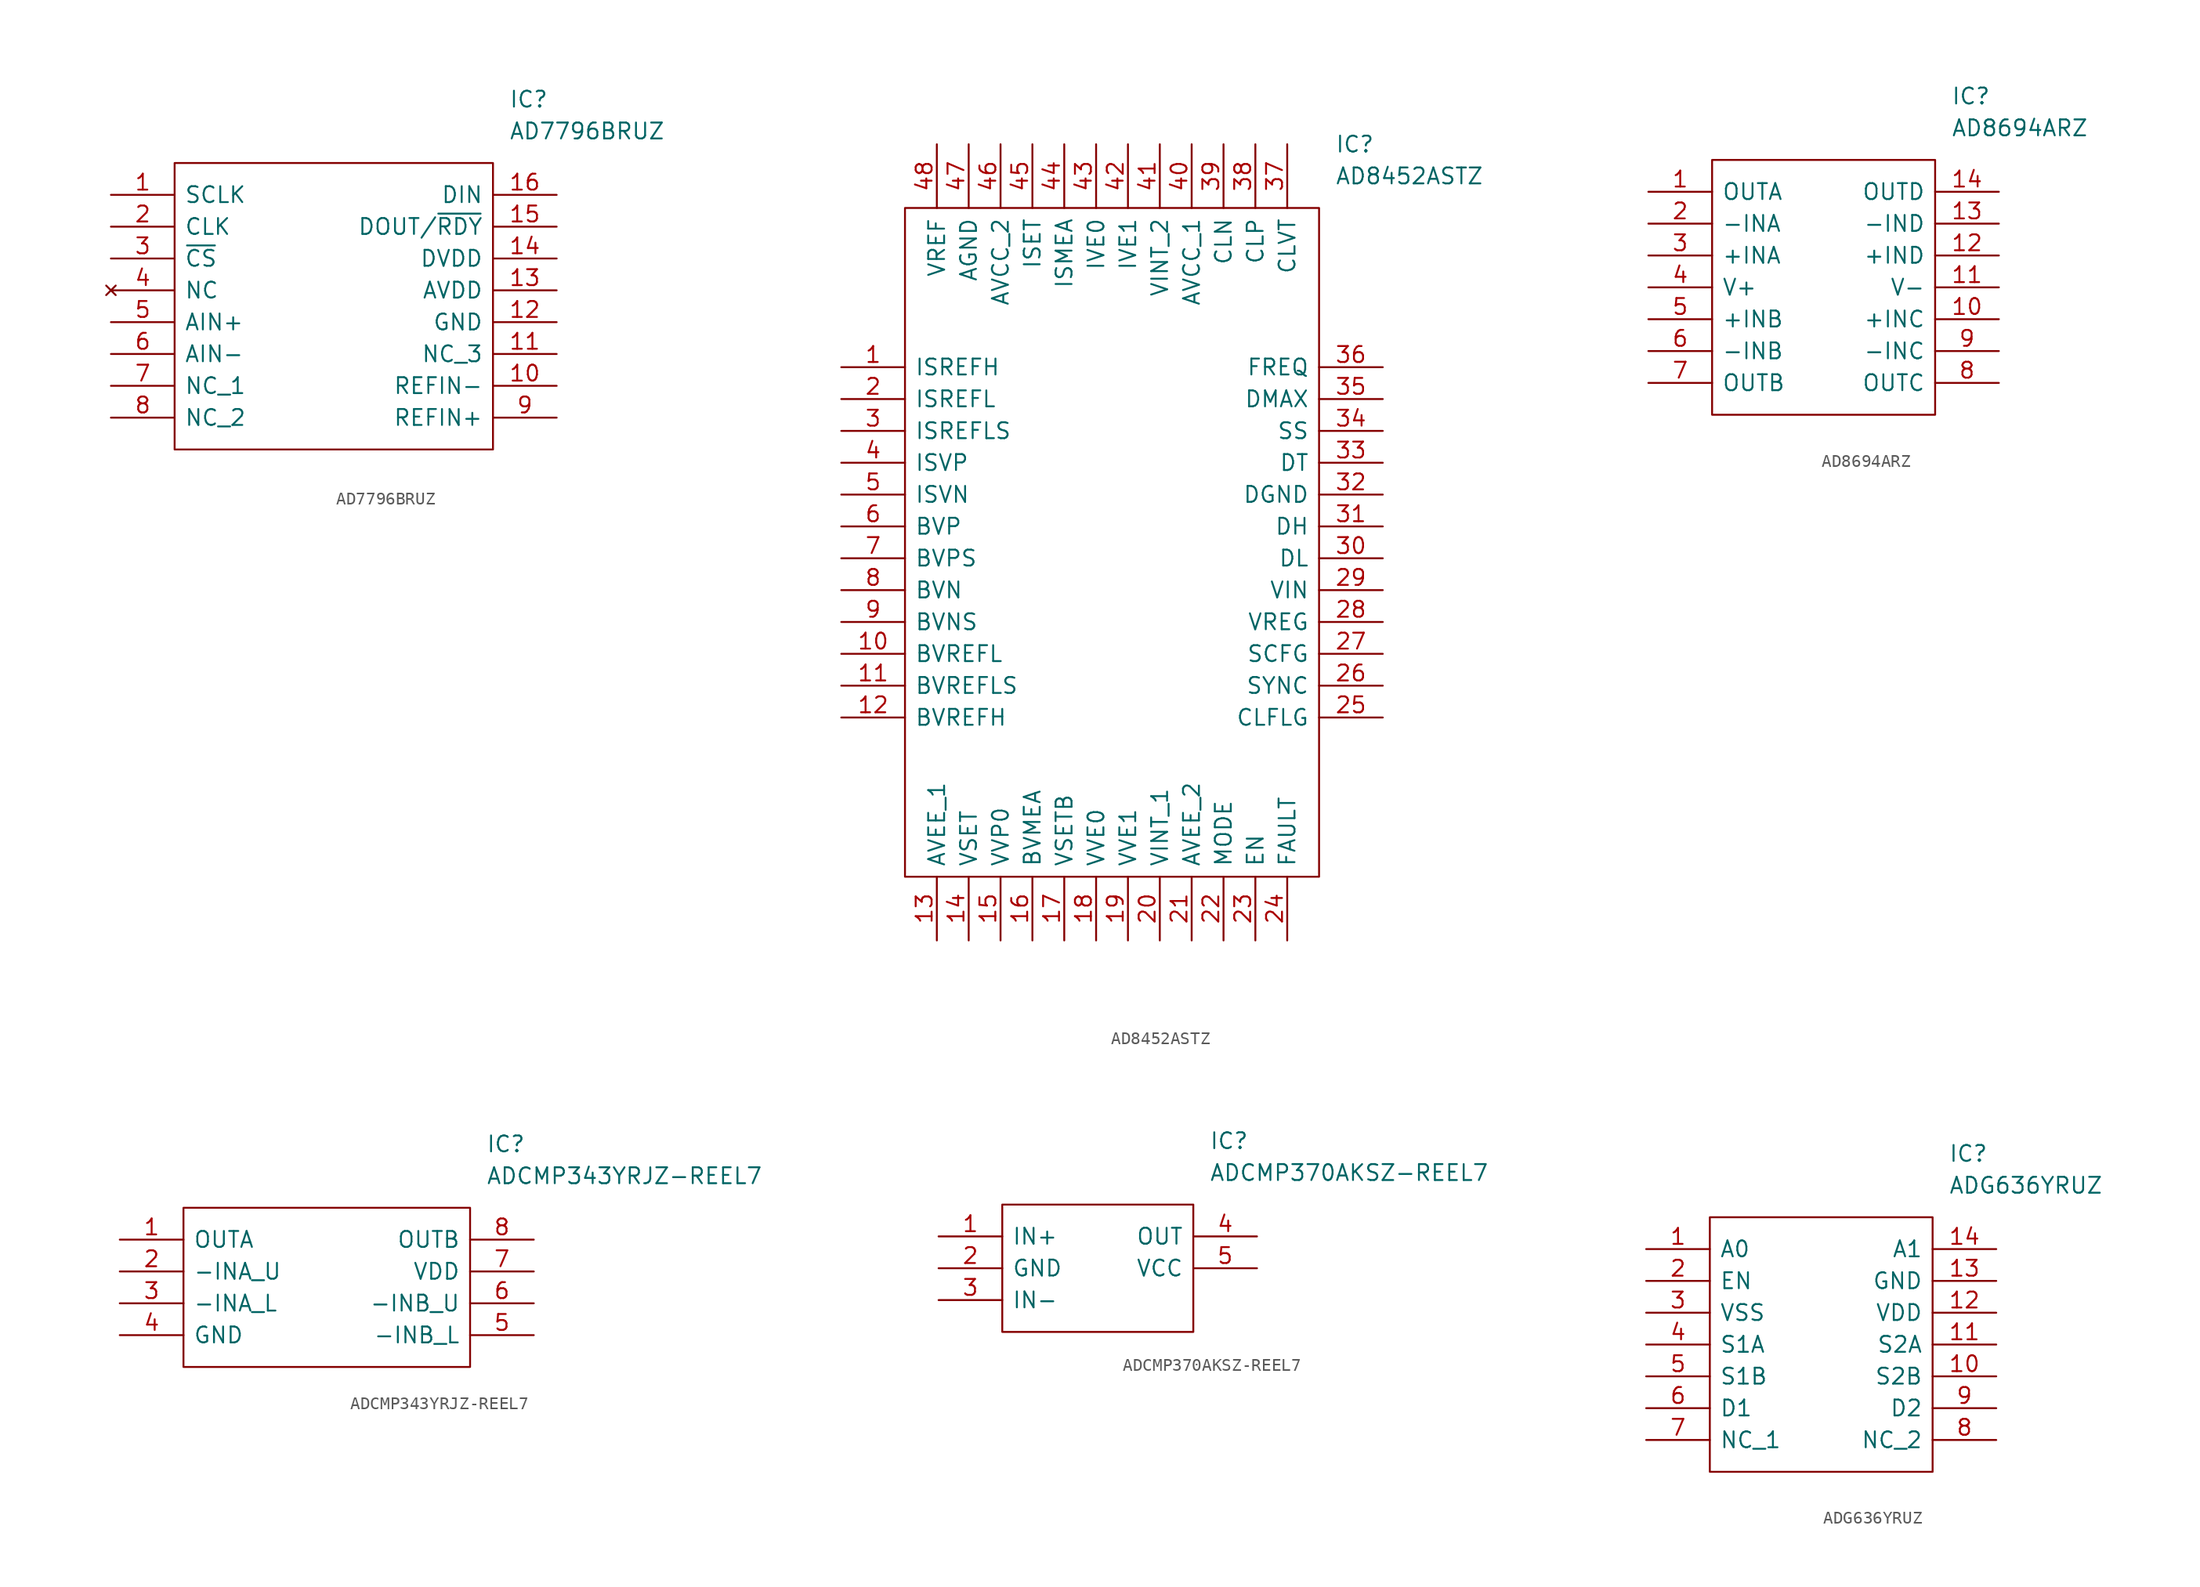
<source format=kicad_sym>
(kicad_symbol_lib
  (version 20220914)
  (generator kicad_symbol_editor)
  (symbol "AD7796BRUZ"
    (pin_names
      (offset 0.762))
    (property "Reference" "IC"
      (at 31.75 7.62 0)
      (effects (font (size 1.27 1.27)) (justify left)))
    (property "Value" "AD7796BRUZ"
      (at 31.75 5.08 0)
      (effects (font (size 1.27 1.27)) (justify left)))
    (symbol "AD7796BRUZ_0_0"
      (pin input line (at 0 0 0) (length 5.08) (name "SCLK" (effects (font (size 1.27 1.27)))) (number "1" (effects (font (size 1.27 1.27)))))
      (pin input line (at 35.56 -15.24 180) (length 5.08) (name "REFIN-" (effects (font (size 1.27 1.27)))) (number "10" (effects (font (size 1.27 1.27)))))
      (pin unspecified line (at 35.56 -12.7 180) (length 5.08) (name "NC_3" (effects (font (size 1.27 1.27)))) (number "11" (effects (font (size 1.27 1.27)))))
      (pin power_in line (at 35.56 -10.16 180) (length 5.08) (name "GND" (effects (font (size 1.27 1.27)))) (number "12" (effects (font (size 1.27 1.27)))))
      (pin power_in line (at 35.56 -7.62 180) (length 5.08) (name "AVDD" (effects (font (size 1.27 1.27)))) (number "13" (effects (font (size 1.27 1.27)))))
      (pin power_in line (at 35.56 -5.08 180) (length 5.08) (name "DVDD" (effects (font (size 1.27 1.27)))) (number "14" (effects (font (size 1.27 1.27)))))
      (pin output line (at 35.56 -2.54 180) (length 5.08) (name "DOUT/~{RDY}" (effects (font (size 1.27 1.27)))) (number "15" (effects (font (size 1.27 1.27)))))
      (pin input line (at 35.56 0 180) (length 5.08) (name "DIN" (effects (font (size 1.27 1.27)))) (number "16" (effects (font (size 1.27 1.27)))))
      (pin bidirectional line (at 0 -2.54 0) (length 5.08) (name "CLK" (effects (font (size 1.27 1.27)))) (number "2" (effects (font (size 1.27 1.27)))))
      (pin input line (at 0 -5.08 0) (length 5.08) (name "~{CS}" (effects (font (size 1.27 1.27)))) (number "3" (effects (font (size 1.27 1.27)))))
      (pin no_connect line (at 0 -7.62 0) (length 5.08) (name "NC" (effects (font (size 1.27 1.27)))) (number "4" (effects (font (size 1.27 1.27)))))
      (pin input line (at 0 -10.16 0) (length 5.08) (name "AIN+" (effects (font (size 1.27 1.27)))) (number "5" (effects (font (size 1.27 1.27)))))
      (pin input line (at 0 -12.7 0) (length 5.08) (name "AIN-" (effects (font (size 1.27 1.27)))) (number "6" (effects (font (size 1.27 1.27)))))
      (pin unspecified line (at 0 -15.24 0) (length 5.08) (name "NC_1" (effects (font (size 1.27 1.27)))) (number "7" (effects (font (size 1.27 1.27)))))
      (pin unspecified line (at 0 -17.78 0) (length 5.08) (name "NC_2" (effects (font (size 1.27 1.27)))) (number "8" (effects (font (size 1.27 1.27)))))
      (pin input line (at 35.56 -17.78 180) (length 5.08) (name "REFIN+" (effects (font (size 1.27 1.27)))) (number "9" (effects (font (size 1.27 1.27))))))
    (symbol "AD7796BRUZ_0_1"
      (polyline (pts (xy 5.08 2.54) (xy 30.48 2.54) (xy 30.48 -20.32) (xy 5.08 -20.32) (xy 5.08 2.54)) (stroke (width 0.152) (type default)) (fill (type none)))))
  (symbol "AD8452ASTZ"
    (pin_names
      (offset 0.762))
    (property "Reference" "IC"
      (at 39.37 17.78 0)
      (effects (font (size 1.27 1.27)) (justify left)))
    (property "Value" "AD8452ASTZ"
      (at 39.37 15.24 0)
      (effects (font (size 1.27 1.27)) (justify left)))
    (symbol "AD8452ASTZ_0_0"
      (pin input line (at 0 0 0) (length 5.08) (name "ISREFH" (effects (font (size 1.27 1.27)))) (number "1" (effects (font (size 1.27 1.27)))))
      (pin unspecified line (at 0 -22.86 0) (length 5.08) (name "BVREFL" (effects (font (size 1.27 1.27)))) (number "10" (effects (font (size 1.27 1.27)))))
      (pin unspecified line (at 0 -25.4 0) (length 5.08) (name "BVREFLS" (effects (font (size 1.27 1.27)))) (number "11" (effects (font (size 1.27 1.27)))))
      (pin unspecified line (at 0 -27.94 0) (length 5.08) (name "BVREFH" (effects (font (size 1.27 1.27)))) (number "12" (effects (font (size 1.27 1.27)))))
      (pin unspecified line (at 7.62 -45.72 90) (length 5.08) (name "AVEE_1" (effects (font (size 1.27 1.27)))) (number "13" (effects (font (size 1.27 1.27)))))
      (pin unspecified line (at 10.16 -45.72 90) (length 5.08) (name "VSET" (effects (font (size 1.27 1.27)))) (number "14" (effects (font (size 1.27 1.27)))))
      (pin unspecified line (at 12.7 -45.72 90) (length 5.08) (name "VVP0" (effects (font (size 1.27 1.27)))) (number "15" (effects (font (size 1.27 1.27)))))
      (pin unspecified line (at 15.24 -45.72 90) (length 5.08) (name "BVMEA" (effects (font (size 1.27 1.27)))) (number "16" (effects (font (size 1.27 1.27)))))
      (pin unspecified line (at 17.78 -45.72 90) (length 5.08) (name "VSETB" (effects (font (size 1.27 1.27)))) (number "17" (effects (font (size 1.27 1.27)))))
      (pin unspecified line (at 20.32 -45.72 90) (length 5.08) (name "VVE0" (effects (font (size 1.27 1.27)))) (number "18" (effects (font (size 1.27 1.27)))))
      (pin unspecified line (at 22.86 -45.72 90) (length 5.08) (name "VVE1" (effects (font (size 1.27 1.27)))) (number "19" (effects (font (size 1.27 1.27)))))
      (pin input line (at 0 -2.54 0) (length 5.08) (name "ISREFL" (effects (font (size 1.27 1.27)))) (number "2" (effects (font (size 1.27 1.27)))))
      (pin unspecified line (at 25.4 -45.72 90) (length 5.08) (name "VINT_1" (effects (font (size 1.27 1.27)))) (number "20" (effects (font (size 1.27 1.27)))))
      (pin unspecified line (at 27.94 -45.72 90) (length 5.08) (name "AVEE_2" (effects (font (size 1.27 1.27)))) (number "21" (effects (font (size 1.27 1.27)))))
      (pin unspecified line (at 30.48 -45.72 90) (length 5.08) (name "MODE" (effects (font (size 1.27 1.27)))) (number "22" (effects (font (size 1.27 1.27)))))
      (pin unspecified line (at 33.02 -45.72 90) (length 5.08) (name "EN" (effects (font (size 1.27 1.27)))) (number "23" (effects (font (size 1.27 1.27)))))
      (pin unspecified line (at 35.56 -45.72 90) (length 5.08) (name "FAULT" (effects (font (size 1.27 1.27)))) (number "24" (effects (font (size 1.27 1.27)))))
      (pin unspecified line (at 43.18 -27.94 180) (length 5.08) (name "CLFLG" (effects (font (size 1.27 1.27)))) (number "25" (effects (font (size 1.27 1.27)))))
      (pin unspecified line (at 43.18 -25.4 180) (length 5.08) (name "SYNC" (effects (font (size 1.27 1.27)))) (number "26" (effects (font (size 1.27 1.27)))))
      (pin unspecified line (at 43.18 -22.86 180) (length 5.08) (name "SCFG" (effects (font (size 1.27 1.27)))) (number "27" (effects (font (size 1.27 1.27)))))
      (pin unspecified line (at 43.18 -20.32 180) (length 5.08) (name "VREG" (effects (font (size 1.27 1.27)))) (number "28" (effects (font (size 1.27 1.27)))))
      (pin unspecified line (at 43.18 -17.78 180) (length 5.08) (name "VIN" (effects (font (size 1.27 1.27)))) (number "29" (effects (font (size 1.27 1.27)))))
      (pin input line (at 0 -5.08 0) (length 5.08) (name "ISREFLS" (effects (font (size 1.27 1.27)))) (number "3" (effects (font (size 1.27 1.27)))))
      (pin unspecified line (at 43.18 -15.24 180) (length 5.08) (name "DL" (effects (font (size 1.27 1.27)))) (number "30" (effects (font (size 1.27 1.27)))))
      (pin unspecified line (at 43.18 -12.7 180) (length 5.08) (name "DH" (effects (font (size 1.27 1.27)))) (number "31" (effects (font (size 1.27 1.27)))))
      (pin unspecified line (at 43.18 -10.16 180) (length 5.08) (name "DGND" (effects (font (size 1.27 1.27)))) (number "32" (effects (font (size 1.27 1.27)))))
      (pin unspecified line (at 43.18 -7.62 180) (length 5.08) (name "DT" (effects (font (size 1.27 1.27)))) (number "33" (effects (font (size 1.27 1.27)))))
      (pin unspecified line (at 43.18 -5.08 180) (length 5.08) (name "SS" (effects (font (size 1.27 1.27)))) (number "34" (effects (font (size 1.27 1.27)))))
      (pin unspecified line (at 43.18 -2.54 180) (length 5.08) (name "DMAX" (effects (font (size 1.27 1.27)))) (number "35" (effects (font (size 1.27 1.27)))))
      (pin unspecified line (at 43.18 0 180) (length 5.08) (name "FREQ" (effects (font (size 1.27 1.27)))) (number "36" (effects (font (size 1.27 1.27)))))
      (pin input line (at 35.56 17.78 270) (length 5.08) (name "CLVT" (effects (font (size 1.27 1.27)))) (number "37" (effects (font (size 1.27 1.27)))))
      (pin input line (at 33.02 17.78 270) (length 5.08) (name "CLP" (effects (font (size 1.27 1.27)))) (number "38" (effects (font (size 1.27 1.27)))))
      (pin input line (at 30.48 17.78 270) (length 5.08) (name "CLN" (effects (font (size 1.27 1.27)))) (number "39" (effects (font (size 1.27 1.27)))))
      (pin input line (at 0 -7.62 0) (length 5.08) (name "ISVP" (effects (font (size 1.27 1.27)))) (number "4" (effects (font (size 1.27 1.27)))))
      (pin unspecified line (at 27.94 17.78 270) (length 5.08) (name "AVCC_1" (effects (font (size 1.27 1.27)))) (number "40" (effects (font (size 1.27 1.27)))))
      (pin output line (at 25.4 17.78 270) (length 5.08) (name "VINT_2" (effects (font (size 1.27 1.27)))) (number "41" (effects (font (size 1.27 1.27)))))
      (pin input line (at 22.86 17.78 270) (length 5.08) (name "IVE1" (effects (font (size 1.27 1.27)))) (number "42" (effects (font (size 1.27 1.27)))))
      (pin input line (at 20.32 17.78 270) (length 5.08) (name "IVE0" (effects (font (size 1.27 1.27)))) (number "43" (effects (font (size 1.27 1.27)))))
      (pin output line (at 17.78 17.78 270) (length 5.08) (name "ISMEA" (effects (font (size 1.27 1.27)))) (number "44" (effects (font (size 1.27 1.27)))))
      (pin input line (at 15.24 17.78 270) (length 5.08) (name "ISET" (effects (font (size 1.27 1.27)))) (number "45" (effects (font (size 1.27 1.27)))))
      (pin unspecified line (at 12.7 17.78 270) (length 5.08) (name "AVCC_2" (effects (font (size 1.27 1.27)))) (number "46" (effects (font (size 1.27 1.27)))))
      (pin unspecified line (at 10.16 17.78 270) (length 5.08) (name "AGND" (effects (font (size 1.27 1.27)))) (number "47" (effects (font (size 1.27 1.27)))))
      (pin output line (at 7.62 17.78 270) (length 5.08) (name "VREF" (effects (font (size 1.27 1.27)))) (number "48" (effects (font (size 1.27 1.27)))))
      (pin unspecified line (at 0 -10.16 0) (length 5.08) (name "ISVN" (effects (font (size 1.27 1.27)))) (number "5" (effects (font (size 1.27 1.27)))))
      (pin unspecified line (at 0 -12.7 0) (length 5.08) (name "BVP" (effects (font (size 1.27 1.27)))) (number "6" (effects (font (size 1.27 1.27)))))
      (pin unspecified line (at 0 -15.24 0) (length 5.08) (name "BVPS" (effects (font (size 1.27 1.27)))) (number "7" (effects (font (size 1.27 1.27)))))
      (pin unspecified line (at 0 -17.78 0) (length 5.08) (name "BVN" (effects (font (size 1.27 1.27)))) (number "8" (effects (font (size 1.27 1.27)))))
      (pin unspecified line (at 0 -20.32 0) (length 5.08) (name "BVNS" (effects (font (size 1.27 1.27)))) (number "9" (effects (font (size 1.27 1.27))))))
    (symbol "AD8452ASTZ_0_1"
      (polyline (pts (xy 5.08 12.7) (xy 38.1 12.7) (xy 38.1 -40.64) (xy 5.08 -40.64) (xy 5.08 12.7)) (stroke (width 0.152) (type default)) (fill (type none)))))
  (symbol "AD8694ARZ"
    (pin_names
      (offset 0.762))
    (property "Reference" "IC"
      (at 24.13 7.62 0)
      (effects (font (size 1.27 1.27)) (justify left)))
    (property "Value" "AD8694ARZ"
      (at 24.13 5.08 0)
      (effects (font (size 1.27 1.27)) (justify left)))
    (symbol "AD8694ARZ_0_0"
      (pin passive line (at 0 0 0) (length 5.08) (name "OUTA" (effects (font (size 1.27 1.27)))) (number "1" (effects (font (size 1.27 1.27)))))
      (pin passive line (at 27.94 -10.16 180) (length 5.08) (name "+INC" (effects (font (size 1.27 1.27)))) (number "10" (effects (font (size 1.27 1.27)))))
      (pin passive line (at 27.94 -7.62 180) (length 5.08) (name "V-" (effects (font (size 1.27 1.27)))) (number "11" (effects (font (size 1.27 1.27)))))
      (pin passive line (at 27.94 -5.08 180) (length 5.08) (name "+IND" (effects (font (size 1.27 1.27)))) (number "12" (effects (font (size 1.27 1.27)))))
      (pin passive line (at 27.94 -2.54 180) (length 5.08) (name "-IND" (effects (font (size 1.27 1.27)))) (number "13" (effects (font (size 1.27 1.27)))))
      (pin passive line (at 27.94 0 180) (length 5.08) (name "OUTD" (effects (font (size 1.27 1.27)))) (number "14" (effects (font (size 1.27 1.27)))))
      (pin passive line (at 0 -2.54 0) (length 5.08) (name "-INA" (effects (font (size 1.27 1.27)))) (number "2" (effects (font (size 1.27 1.27)))))
      (pin passive line (at 0 -5.08 0) (length 5.08) (name "+INA" (effects (font (size 1.27 1.27)))) (number "3" (effects (font (size 1.27 1.27)))))
      (pin passive line (at 0 -7.62 0) (length 5.08) (name "V+" (effects (font (size 1.27 1.27)))) (number "4" (effects (font (size 1.27 1.27)))))
      (pin passive line (at 0 -10.16 0) (length 5.08) (name "+INB" (effects (font (size 1.27 1.27)))) (number "5" (effects (font (size 1.27 1.27)))))
      (pin passive line (at 0 -12.7 0) (length 5.08) (name "-INB" (effects (font (size 1.27 1.27)))) (number "6" (effects (font (size 1.27 1.27)))))
      (pin passive line (at 0 -15.24 0) (length 5.08) (name "OUTB" (effects (font (size 1.27 1.27)))) (number "7" (effects (font (size 1.27 1.27)))))
      (pin passive line (at 27.94 -15.24 180) (length 5.08) (name "OUTC" (effects (font (size 1.27 1.27)))) (number "8" (effects (font (size 1.27 1.27)))))
      (pin passive line (at 27.94 -12.7 180) (length 5.08) (name "-INC" (effects (font (size 1.27 1.27)))) (number "9" (effects (font (size 1.27 1.27))))))
    (symbol "AD8694ARZ_0_1"
      (polyline (pts (xy 5.08 2.54) (xy 22.86 2.54) (xy 22.86 -17.78) (xy 5.08 -17.78) (xy 5.08 2.54)) (stroke (width 0.152) (type default)) (fill (type none)))))
  (symbol "ADCMP343YRJZ-REEL7"
    (pin_names
      (offset 0.762))
    (property "Reference" "IC"
      (at 29.21 7.62 0)
      (effects (font (size 1.27 1.27)) (justify left)))
    (property "Value" "ADCMP343YRJZ-REEL7"
      (at 29.21 5.08 0)
      (effects (font (size 1.27 1.27)) (justify left)))
    (symbol "ADCMP343YRJZ-REEL7_0_0"
      (pin unspecified line (at 0 0 0) (length 5.08) (name "OUTA" (effects (font (size 1.27 1.27)))) (number "1" (effects (font (size 1.27 1.27)))))
      (pin unspecified line (at 0 -2.54 0) (length 5.08) (name "-INA_U" (effects (font (size 1.27 1.27)))) (number "2" (effects (font (size 1.27 1.27)))))
      (pin unspecified line (at 0 -5.08 0) (length 5.08) (name "-INA_L" (effects (font (size 1.27 1.27)))) (number "3" (effects (font (size 1.27 1.27)))))
      (pin unspecified line (at 0 -7.62 0) (length 5.08) (name "GND" (effects (font (size 1.27 1.27)))) (number "4" (effects (font (size 1.27 1.27)))))
      (pin unspecified line (at 33.02 -7.62 180) (length 5.08) (name "-INB_L" (effects (font (size 1.27 1.27)))) (number "5" (effects (font (size 1.27 1.27)))))
      (pin unspecified line (at 33.02 -5.08 180) (length 5.08) (name "-INB_U" (effects (font (size 1.27 1.27)))) (number "6" (effects (font (size 1.27 1.27)))))
      (pin unspecified line (at 33.02 -2.54 180) (length 5.08) (name "VDD" (effects (font (size 1.27 1.27)))) (number "7" (effects (font (size 1.27 1.27)))))
      (pin unspecified line (at 33.02 0 180) (length 5.08) (name "OUTB" (effects (font (size 1.27 1.27)))) (number "8" (effects (font (size 1.27 1.27))))))
    (symbol "ADCMP343YRJZ-REEL7_0_1"
      (polyline (pts (xy 5.08 2.54) (xy 27.94 2.54) (xy 27.94 -10.16) (xy 5.08 -10.16) (xy 5.08 2.54)) (stroke (width 0.152) (type default)) (fill (type none)))))
  (symbol "ADCMP370AKSZ-REEL7"
    (pin_names
      (offset 0.762))
    (property "Reference" "IC"
      (at 21.59 7.62 0)
      (effects (font (size 1.27 1.27)) (justify left)))
    (property "Value" "ADCMP370AKSZ-REEL7"
      (at 21.59 5.08 0)
      (effects (font (size 1.27 1.27)) (justify left)))
    (symbol "ADCMP370AKSZ-REEL7_0_0"
      (pin unspecified line (at 0 0 0) (length 5.08) (name "IN+" (effects (font (size 1.27 1.27)))) (number "1" (effects (font (size 1.27 1.27)))))
      (pin unspecified line (at 0 -2.54 0) (length 5.08) (name "GND" (effects (font (size 1.27 1.27)))) (number "2" (effects (font (size 1.27 1.27)))))
      (pin unspecified line (at 0 -5.08 0) (length 5.08) (name "IN-" (effects (font (size 1.27 1.27)))) (number "3" (effects (font (size 1.27 1.27)))))
      (pin unspecified line (at 25.4 0 180) (length 5.08) (name "OUT" (effects (font (size 1.27 1.27)))) (number "4" (effects (font (size 1.27 1.27)))))
      (pin unspecified line (at 25.4 -2.54 180) (length 5.08) (name "VCC" (effects (font (size 1.27 1.27)))) (number "5" (effects (font (size 1.27 1.27))))))
    (symbol "ADCMP370AKSZ-REEL7_0_1"
      (polyline (pts (xy 5.08 2.54) (xy 20.32 2.54) (xy 20.32 -7.62) (xy 5.08 -7.62) (xy 5.08 2.54)) (stroke (width 0.152) (type default)) (fill (type none)))))
  (symbol "ADG636YRUZ"
    (pin_names
      (offset 0.762))
    (property "Reference" "IC"
      (at 24.13 7.62 0)
      (effects (font (size 1.27 1.27)) (justify left)))
    (property "Value" "ADG636YRUZ"
      (at 24.13 5.08 0)
      (effects (font (size 1.27 1.27)) (justify left)))
    (symbol "ADG636YRUZ_0_0"
      (pin passive line (at 0 0 0) (length 5.08) (name "A0" (effects (font (size 1.27 1.27)))) (number "1" (effects (font (size 1.27 1.27)))))
      (pin passive line (at 27.94 -10.16 180) (length 5.08) (name "S2B" (effects (font (size 1.27 1.27)))) (number "10" (effects (font (size 1.27 1.27)))))
      (pin passive line (at 27.94 -7.62 180) (length 5.08) (name "S2A" (effects (font (size 1.27 1.27)))) (number "11" (effects (font (size 1.27 1.27)))))
      (pin passive line (at 27.94 -5.08 180) (length 5.08) (name "VDD" (effects (font (size 1.27 1.27)))) (number "12" (effects (font (size 1.27 1.27)))))
      (pin passive line (at 27.94 -2.54 180) (length 5.08) (name "GND" (effects (font (size 1.27 1.27)))) (number "13" (effects (font (size 1.27 1.27)))))
      (pin passive line (at 27.94 0 180) (length 5.08) (name "A1" (effects (font (size 1.27 1.27)))) (number "14" (effects (font (size 1.27 1.27)))))
      (pin passive line (at 0 -2.54 0) (length 5.08) (name "EN" (effects (font (size 1.27 1.27)))) (number "2" (effects (font (size 1.27 1.27)))))
      (pin passive line (at 0 -5.08 0) (length 5.08) (name "VSS" (effects (font (size 1.27 1.27)))) (number "3" (effects (font (size 1.27 1.27)))))
      (pin passive line (at 0 -7.62 0) (length 5.08) (name "S1A" (effects (font (size 1.27 1.27)))) (number "4" (effects (font (size 1.27 1.27)))))
      (pin passive line (at 0 -10.16 0) (length 5.08) (name "S1B" (effects (font (size 1.27 1.27)))) (number "5" (effects (font (size 1.27 1.27)))))
      (pin passive line (at 0 -12.7 0) (length 5.08) (name "D1" (effects (font (size 1.27 1.27)))) (number "6" (effects (font (size 1.27 1.27)))))
      (pin passive line (at 0 -15.24 0) (length 5.08) (name "NC_1" (effects (font (size 1.27 1.27)))) (number "7" (effects (font (size 1.27 1.27)))))
      (pin passive line (at 27.94 -15.24 180) (length 5.08) (name "NC_2" (effects (font (size 1.27 1.27)))) (number "8" (effects (font (size 1.27 1.27)))))
      (pin passive line (at 27.94 -12.7 180) (length 5.08) (name "D2" (effects (font (size 1.27 1.27)))) (number "9" (effects (font (size 1.27 1.27))))))
    (symbol "ADG636YRUZ_0_1"
      (polyline (pts (xy 5.08 2.54) (xy 22.86 2.54) (xy 22.86 -17.78) (xy 5.08 -17.78) (xy 5.08 2.54)) (stroke (width 0.152) (type default)) (fill (type none))))))
</source>
